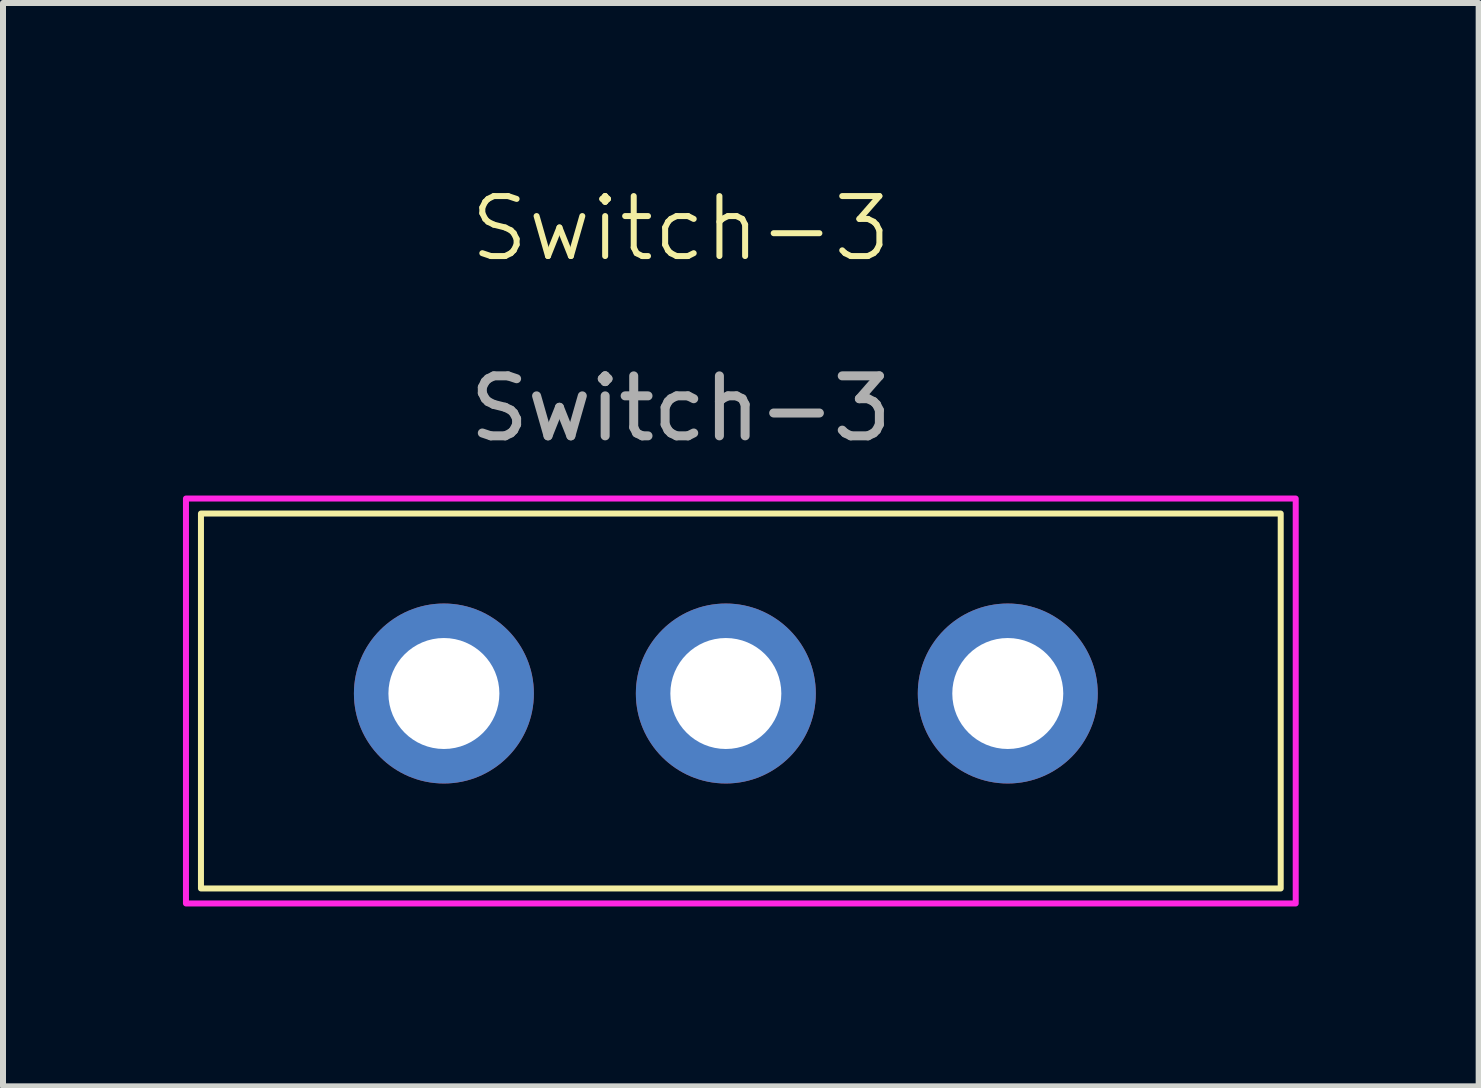
<source format=kicad_pcb>
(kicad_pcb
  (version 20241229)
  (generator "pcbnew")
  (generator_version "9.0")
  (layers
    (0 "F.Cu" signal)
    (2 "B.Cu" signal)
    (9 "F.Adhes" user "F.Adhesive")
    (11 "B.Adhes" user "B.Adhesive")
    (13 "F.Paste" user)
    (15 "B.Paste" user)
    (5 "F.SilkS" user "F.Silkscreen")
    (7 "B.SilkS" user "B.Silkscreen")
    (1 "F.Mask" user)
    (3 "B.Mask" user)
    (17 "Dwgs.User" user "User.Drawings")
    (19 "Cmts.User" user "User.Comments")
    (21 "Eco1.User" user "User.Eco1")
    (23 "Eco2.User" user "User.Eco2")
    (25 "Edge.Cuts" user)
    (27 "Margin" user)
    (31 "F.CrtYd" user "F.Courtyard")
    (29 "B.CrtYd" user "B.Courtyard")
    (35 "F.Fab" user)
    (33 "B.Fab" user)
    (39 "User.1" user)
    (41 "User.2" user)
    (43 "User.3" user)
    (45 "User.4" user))
  (footprint "Switch-3"
    (layer "F.Cu")
    (at 9.05 8.511)
    (property "Reference" "Switch-3" (at -0.75 -7.75 0) (unlocked yes) (layer "F.SilkS") (effects (font (size 1 1) (thickness 0.1))))
    (attr through_hole)
    (fp_rect (start -8.75 -3) (end 9.25 3.25) (stroke (width 0.1) (type default)) (fill no) (layer "F.SilkS"))
    (fp_rect (start -9 -3.25) (end 9.5 3.5) (stroke (width 0.1) (type default)) (fill no) (layer "F.CrtYd"))
    (fp_text user "${REFERENCE}" (at -0.75 -4.75 0) (unlocked yes) (layer "F.Fab") (effects (font (size 1 1) (thickness 0.15))))
    (pad "1" thru_hole circle (at 4.7 0) (size 3 3) (drill 1.85) (layers "*.Cu" "*.Mask"))
    (pad "2" thru_hole circle (at 0 0) (size 3 3) (drill 1.85) (layers "*.Cu" "*.Mask"))
    (pad "3" thru_hole circle (at -4.7 0) (size 3 3) (drill 1.85) (layers "*.Cu" "*.Mask")))
  (gr_rect
    (start -3 -3)
    (end 21.6 15.06)
    (stroke (width 0.1) (type default))
    (fill no)
    (layer "Edge.Cuts")))
</source>
